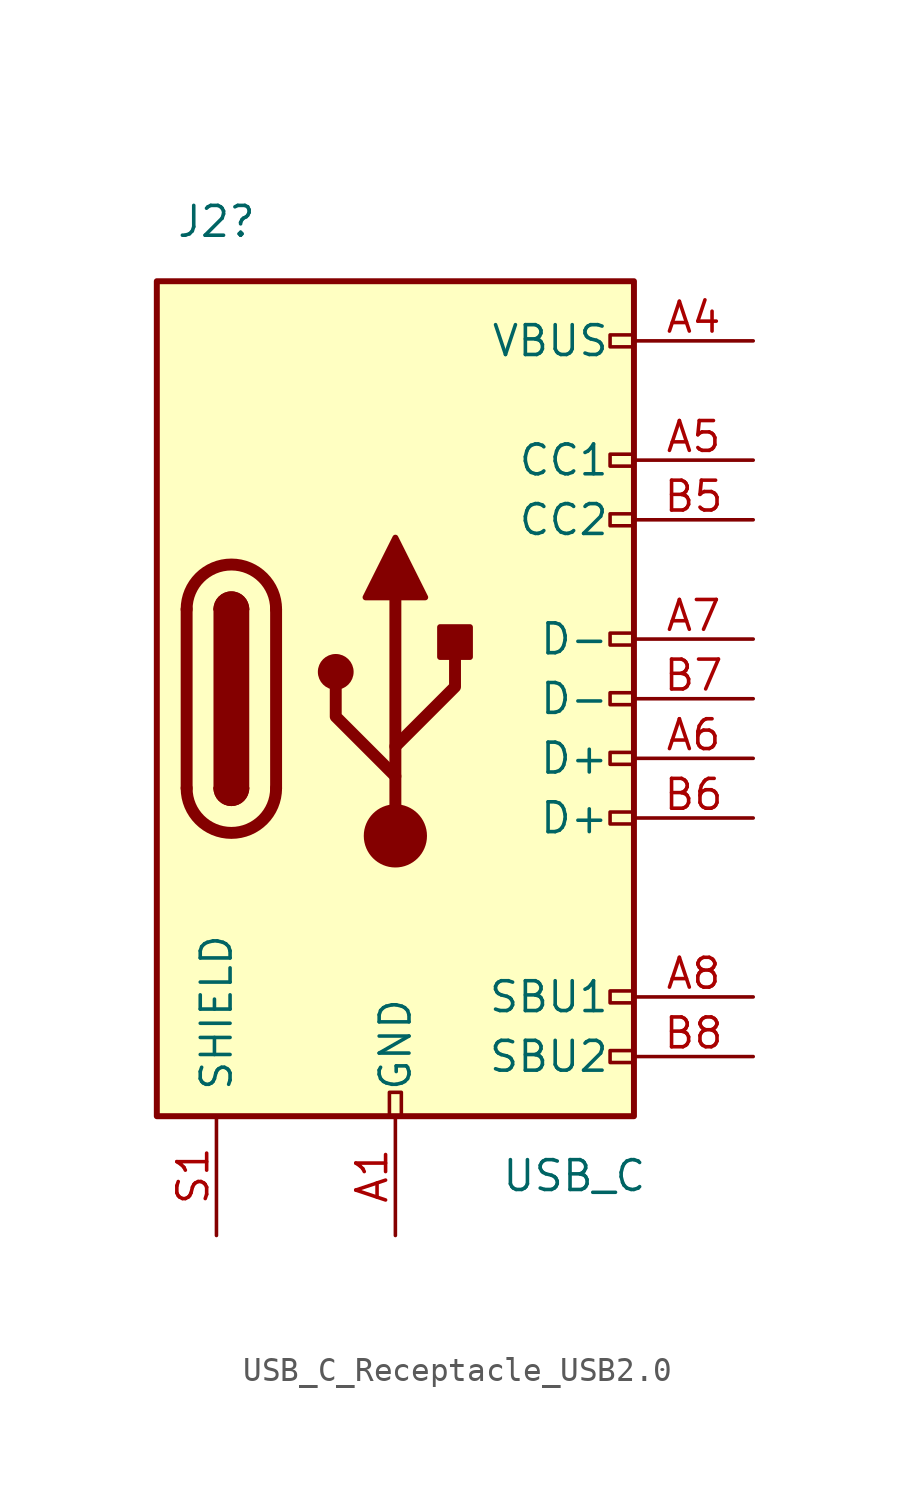
<source format=kicad_sym>
(kicad_symbol_lib
  (version 20231120)
  (generator "kicad_symbol_editor")
  (generator_version "8.0")
  (symbol "USB_C_Receptacle_USB2.0"
    (pin_names
      (offset 1.016))
    (property "Reference" "J2"
      (at -7.62 20.32 0)
      (effects (font (size 1.27 1.27))))
    (property "Value" "USB_C"
      (at 7.62 -20.32 0)
      (effects (font (size 1.27 1.27))))
    (symbol "USB_C_Receptacle_USB2.0_0_0"
      (rectangle (start -0.254 -17.78) (end 0.254 -16.764) (stroke (width 0) (type default)) (fill (type none)))
      (rectangle (start 10.16 -14.986) (end 9.144 -15.494) (stroke (width 0) (type default)) (fill (type none)))
      (rectangle (start 10.16 -12.446) (end 9.144 -12.954) (stroke (width 0) (type default)) (fill (type none)))
      (rectangle (start 10.16 -4.826) (end 9.144 -5.334) (stroke (width 0) (type default)) (fill (type none)))
      (rectangle (start 10.16 -2.286) (end 9.144 -2.794) (stroke (width 0) (type default)) (fill (type none)))
      (rectangle (start 10.16 0.254) (end 9.144 -0.254) (stroke (width 0) (type default)) (fill (type none)))
      (rectangle (start 10.16 2.794) (end 9.144 2.286) (stroke (width 0) (type default)) (fill (type none)))
      (rectangle (start 10.16 7.874) (end 9.144 7.366) (stroke (width 0) (type default)) (fill (type none)))
      (rectangle (start 10.16 10.414) (end 9.144 9.906) (stroke (width 0) (type default)) (fill (type none)))
      (rectangle (start 10.16 15.494) (end 9.144 14.986) (stroke (width 0) (type default)) (fill (type none))))
    (symbol "USB_C_Receptacle_USB2.0_0_1"
      (rectangle (start -10.16 17.78) (end 10.16 -17.78) (stroke (width 0.254) (type default)) (fill (type background)))
      (arc (start -8.89 -3.81) (mid -6.985 -5.7067) (end -5.08 -3.81) (stroke (width 0.508) (type default)) (fill (type none)))
      (arc (start -7.62 -3.81) (mid -6.985 -4.4423) (end -6.35 -3.81) (stroke (width 0.254) (type default)) (fill (type none)))
      (arc (start -7.62 -3.81) (mid -6.985 -4.4423) (end -6.35 -3.81) (stroke (width 0.254) (type default)) (fill (type outline)))
      (rectangle (start -7.62 -3.81) (end -6.35 3.81) (stroke (width 0.254) (type default)) (fill (type outline)))
      (arc (start -6.35 3.81) (mid -6.985 4.4423) (end -7.62 3.81) (stroke (width 0.254) (type default)) (fill (type none)))
      (arc (start -6.35 3.81) (mid -6.985 4.4423) (end -7.62 3.81) (stroke (width 0.254) (type default)) (fill (type outline)))
      (arc (start -5.08 3.81) (mid -6.985 5.7067) (end -8.89 3.81) (stroke (width 0.508) (type default)) (fill (type none)))
      (circle (center -2.54 1.143) (radius 0.635) (stroke (width 0.254) (type default)) (fill (type outline)))
      (circle (center 0 -5.842) (radius 1.27) (stroke (width 0) (type default)) (fill (type outline)))
      (polyline (pts (xy -8.89 -3.81) (xy -8.89 3.81)) (stroke (width 0.508) (type default)) (fill (type none)))
      (polyline (pts (xy -5.08 3.81) (xy -5.08 -3.81)) (stroke (width 0.508) (type default)) (fill (type none)))
      (polyline (pts (xy 0 -5.842) (xy 0 4.318)) (stroke (width 0.508) (type default)) (fill (type none)))
      (polyline (pts (xy 0 -3.302) (xy -2.54 -0.762) (xy -2.54 0.508)) (stroke (width 0.508) (type default)) (fill (type none)))
      (polyline (pts (xy 0 -2.032) (xy 2.54 0.508) (xy 2.54 1.778)) (stroke (width 0.508) (type default)) (fill (type none)))
      (polyline (pts (xy -1.27 4.318) (xy 0 6.858) (xy 1.27 4.318) (xy -1.27 4.318)) (stroke (width 0.254) (type default)) (fill (type outline)))
      (rectangle (start 1.905 1.778) (end 3.175 3.048) (stroke (width 0.254) (type default)) (fill (type outline))))
    (symbol "USB_C_Receptacle_USB2.0_1_1"
      (pin passive line (at 0 -22.86 90) (length 5.08) (name "GND" (effects (font (size 1.27 1.27)))) (number "A1" (effects (font (size 1.27 1.27)))))
      (pin passive line (at 0 -22.86 90) (length 5.08) hide (name "GND" (effects (font (size 1.27 1.27)))) (number "A12" (effects (font (size 1.27 1.27)))))
      (pin passive line (at 15.24 15.24 180) (length 5.08) (name "VBUS" (effects (font (size 1.27 1.27)))) (number "A4" (effects (font (size 1.27 1.27)))))
      (pin bidirectional line (at 15.24 10.16 180) (length 5.08) (name "CC1" (effects (font (size 1.27 1.27)))) (number "A5" (effects (font (size 1.27 1.27)))))
      (pin bidirectional line (at 15.24 -2.54 180) (length 5.08) (name "D+" (effects (font (size 1.27 1.27)))) (number "A6" (effects (font (size 1.27 1.27)))))
      (pin bidirectional line (at 15.24 2.54 180) (length 5.08) (name "D-" (effects (font (size 1.27 1.27)))) (number "A7" (effects (font (size 1.27 1.27)))))
      (pin bidirectional line (at 15.24 -12.7 180) (length 5.08) (name "SBU1" (effects (font (size 1.27 1.27)))) (number "A8" (effects (font (size 1.27 1.27)))))
      (pin passive line (at 15.24 15.24 180) (length 5.08) hide (name "VBUS" (effects (font (size 1.27 1.27)))) (number "A9" (effects (font (size 1.27 1.27)))))
      (pin passive line (at 0 -22.86 90) (length 5.08) hide (name "GND" (effects (font (size 1.27 1.27)))) (number "B1" (effects (font (size 1.27 1.27)))))
      (pin passive line (at 0 -22.86 90) (length 5.08) hide (name "GND" (effects (font (size 1.27 1.27)))) (number "B12" (effects (font (size 1.27 1.27)))))
      (pin passive line (at 15.24 15.24 180) (length 5.08) hide (name "VBUS" (effects (font (size 1.27 1.27)))) (number "B4" (effects (font (size 1.27 1.27)))))
      (pin bidirectional line (at 15.24 7.62 180) (length 5.08) (name "CC2" (effects (font (size 1.27 1.27)))) (number "B5" (effects (font (size 1.27 1.27)))))
      (pin bidirectional line (at 15.24 -5.08 180) (length 5.08) (name "D+" (effects (font (size 1.27 1.27)))) (number "B6" (effects (font (size 1.27 1.27)))))
      (pin bidirectional line (at 15.24 0 180) (length 5.08) (name "D-" (effects (font (size 1.27 1.27)))) (number "B7" (effects (font (size 1.27 1.27)))))
      (pin bidirectional line (at 15.24 -15.24 180) (length 5.08) (name "SBU2" (effects (font (size 1.27 1.27)))) (number "B8" (effects (font (size 1.27 1.27)))))
      (pin passive line (at 15.24 15.24 180) (length 5.08) hide (name "VBUS" (effects (font (size 1.27 1.27)))) (number "B9" (effects (font (size 1.27 1.27)))))
      (pin passive line (at -7.62 -22.86 90) (length 5.08) (name "SHIELD" (effects (font (size 1.27 1.27)))) (number "S1" (effects (font (size 1.27 1.27))))))))
</source>
